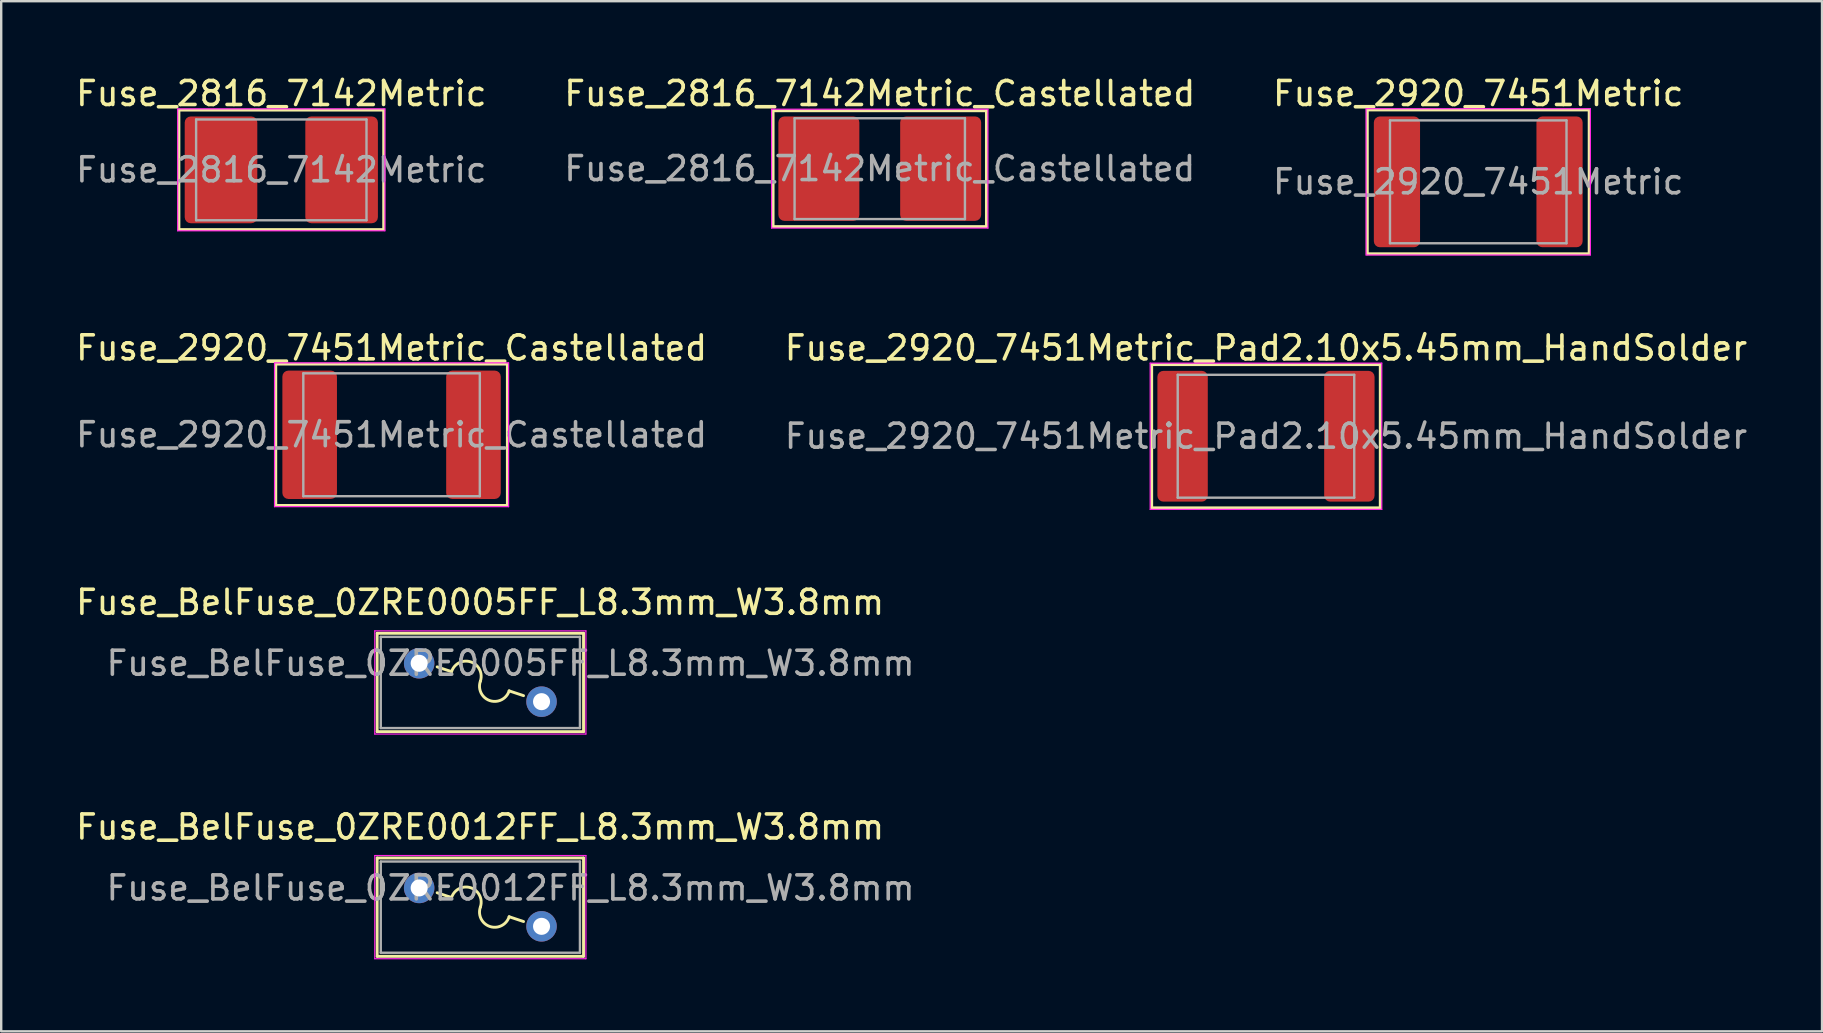
<source format=kicad_pcb>
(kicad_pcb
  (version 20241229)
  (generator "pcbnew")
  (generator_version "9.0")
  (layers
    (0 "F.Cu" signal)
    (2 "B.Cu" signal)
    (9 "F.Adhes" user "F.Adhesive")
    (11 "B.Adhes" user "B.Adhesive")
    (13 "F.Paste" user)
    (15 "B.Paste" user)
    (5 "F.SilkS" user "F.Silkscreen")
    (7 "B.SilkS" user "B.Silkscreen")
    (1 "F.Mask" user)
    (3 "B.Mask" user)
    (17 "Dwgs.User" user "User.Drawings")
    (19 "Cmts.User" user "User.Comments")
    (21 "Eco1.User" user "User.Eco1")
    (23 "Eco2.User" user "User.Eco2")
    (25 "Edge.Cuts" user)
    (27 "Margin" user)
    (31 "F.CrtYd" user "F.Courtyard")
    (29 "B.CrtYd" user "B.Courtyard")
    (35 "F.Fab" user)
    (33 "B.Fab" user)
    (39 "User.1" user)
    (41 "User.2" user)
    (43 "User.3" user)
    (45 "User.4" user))
  (footprint "Fuse_2920_7451Metric_Pad2.10x5.45mm_HandSolder"
    (layer "F.Cu")
    (at 49.708 15.13)
    (property "Reference" "Fuse_2920_7451Metric_Pad2.10x5.45mm_HandSolder" (at 0 -3.68 0) (layer "F.SilkS") (effects (font (size 1 1) (thickness 0.15))))
    (attr smd)
    (fp_line (start -4.763 -2.985) (end 4.763 -2.985) (stroke (width 0.12) (type solid)) (layer "F.SilkS"))
    (fp_line (start -4.763 2.985) (end -4.763 -2.985) (stroke (width 0.12) (type solid)) (layer "F.SilkS"))
    (fp_line (start 4.763 -2.985) (end 4.763 2.985) (stroke (width 0.12) (type solid)) (layer "F.SilkS"))
    (fp_line (start 4.763 2.985) (end -4.763 2.985) (stroke (width 0.12) (type solid)) (layer "F.SilkS"))
    (fp_line (start -4.826 -3.048) (end 4.826 -3.048) (stroke (width 0.05) (type solid)) (layer "F.CrtYd"))
    (fp_line (start -4.826 3.048) (end -4.826 -3.048) (stroke (width 0.05) (type solid)) (layer "F.CrtYd"))
    (fp_line (start 4.826 -3.048) (end 4.826 3.048) (stroke (width 0.05) (type solid)) (layer "F.CrtYd"))
    (fp_line (start 4.826 3.048) (end -4.826 3.048) (stroke (width 0.05) (type solid)) (layer "F.CrtYd"))
    (fp_line (start -3.678 -2.56) (end 3.678 -2.56) (stroke (width 0.1) (type solid)) (layer "F.Fab"))
    (fp_line (start -3.678 2.56) (end -3.678 -2.56) (stroke (width 0.1) (type solid)) (layer "F.Fab"))
    (fp_line (start 3.678 -2.56) (end 3.678 2.56) (stroke (width 0.1) (type solid)) (layer "F.Fab"))
    (fp_line (start 3.678 2.56) (end -3.678 2.56) (stroke (width 0.1) (type solid)) (layer "F.Fab"))
    (fp_text user "${REFERENCE}" (at 0 0 0) (layer "F.Fab") (effects (font (size 1 1) (thickness 0.15))))
    (pad "1" smd roundrect (at -3.475 0) (size 2.1 5.45) (layers "F.Cu" "F.Mask" "F.Paste") (roundrect_rratio 0.119))
    (pad "2" smd roundrect (at 3.475 0) (size 2.1 5.45) (layers "F.Cu" "F.Mask" "F.Paste") (roundrect_rratio 0.119)))
  (footprint "Fuse_BelFuse_0ZRE0005FF_L8.3mm_W3.8mm"
    (layer "F.Cu")
    (at 14.418 24.591)
    (property "Reference" "Fuse_BelFuse_0ZRE0005FF_L8.3mm_W3.8mm" (at 2.54 -2.54 0) (layer "F.SilkS") (effects (font (size 1 1) (thickness 0.15))))
    (fp_line (start -1.75 -1.25) (end -1.75 2.85) (stroke (width 0.12) (type solid)) (layer "F.SilkS"))
    (fp_line (start -1.75 -1.25) (end 6.85 -1.25) (stroke (width 0.12) (type solid)) (layer "F.SilkS"))
    (fp_line (start -1.75 2.85) (end 6.85 2.85) (stroke (width 0.12) (type solid)) (layer "F.SilkS"))
    (fp_line (start 0.75 0.15) (end 1.35 0.35) (stroke (width 0.12) (type solid)) (layer "F.SilkS"))
    (fp_line (start 3.75 1.15) (end 4.35 1.35) (stroke (width 0.12) (type solid)) (layer "F.SilkS"))
    (fp_line (start 6.85 -1.25) (end 6.85 2.85) (stroke (width 0.12) (type solid)) (layer "F.SilkS"))
    (fp_arc (start 1.350003 0.350002) (mid 2.150001 -0.049998) (end 2.550001 0.75) (stroke (width 0.12) (type solid)) (layer "F.SilkS"))
    (fp_arc (start 3.749999 1.149998) (mid 2.950001 1.549998) (end 2.550001 0.75) (stroke (width 0.12) (type solid)) (layer "F.SilkS"))
    (fp_line (start -1.85 -1.35) (end -1.85 2.95) (stroke (width 0.05) (type solid)) (layer "F.CrtYd"))
    (fp_line (start -1.85 -1.35) (end 6.95 -1.35) (stroke (width 0.05) (type solid)) (layer "F.CrtYd"))
    (fp_line (start -1.85 2.95) (end 6.95 2.95) (stroke (width 0.05) (type solid)) (layer "F.CrtYd"))
    (fp_line (start 6.95 -1.35) (end 6.95 2.95) (stroke (width 0.05) (type solid)) (layer "F.CrtYd"))
    (fp_line (start -1.6 -1.1) (end -1.6 2.7) (stroke (width 0.1) (type solid)) (layer "F.Fab"))
    (fp_line (start -1.6 -1.1) (end 6.7 -1.1) (stroke (width 0.1) (type solid)) (layer "F.Fab"))
    (fp_line (start -1.6 2.7) (end 6.7 2.7) (stroke (width 0.1) (type solid)) (layer "F.Fab"))
    (fp_line (start 6.7 -1.1) (end 6.7 2.7) (stroke (width 0.1) (type solid)) (layer "F.Fab"))
    (fp_text user "${REFERENCE}" (at 3.81 0 0) (layer "F.Fab") (effects (font (size 1 1) (thickness 0.15))))
    (pad "1" thru_hole circle (at 0 0) (size 1.27 1.27) (drill 0.71) (layers "*.Cu" "*.Mask"))
    (pad "2" thru_hole circle (at 5.1 1.6) (size 1.27 1.27) (drill 0.71) (layers "*.Cu" "*.Mask")))
  (footprint "Fuse_BelFuse_0ZRE0012FF_L8.3mm_W3.8mm"
    (layer "F.Cu")
    (at 14.418 33.954)
    (property "Reference" "Fuse_BelFuse_0ZRE0012FF_L8.3mm_W3.8mm" (at 2.54 -2.54 0) (layer "F.SilkS") (effects (font (size 1 1) (thickness 0.15))))
    (fp_line (start -1.75 -1.25) (end -1.75 2.85) (stroke (width 0.12) (type solid)) (layer "F.SilkS"))
    (fp_line (start -1.75 -1.25) (end 6.85 -1.25) (stroke (width 0.12) (type solid)) (layer "F.SilkS"))
    (fp_line (start -1.75 2.85) (end 6.85 2.85) (stroke (width 0.12) (type solid)) (layer "F.SilkS"))
    (fp_line (start 0.75 0.2) (end 1.35 0.4) (stroke (width 0.12) (type solid)) (layer "F.SilkS"))
    (fp_line (start 3.75 1.2) (end 4.35 1.4) (stroke (width 0.12) (type solid)) (layer "F.SilkS"))
    (fp_line (start 6.85 -1.25) (end 6.85 2.85) (stroke (width 0.12) (type solid)) (layer "F.SilkS"))
    (fp_arc (start 1.350003 0.400002) (mid 2.150001 0.000002) (end 2.550001 0.8) (stroke (width 0.12) (type solid)) (layer "F.SilkS"))
    (fp_arc (start 3.749999 1.199998) (mid 2.950001 1.599998) (end 2.550001 0.8) (stroke (width 0.12) (type solid)) (layer "F.SilkS"))
    (fp_line (start -1.85 -1.35) (end -1.85 2.95) (stroke (width 0.05) (type solid)) (layer "F.CrtYd"))
    (fp_line (start -1.85 -1.35) (end 6.95 -1.35) (stroke (width 0.05) (type solid)) (layer "F.CrtYd"))
    (fp_line (start -1.85 2.95) (end 6.95 2.95) (stroke (width 0.05) (type solid)) (layer "F.CrtYd"))
    (fp_line (start 6.95 -1.35) (end 6.95 2.95) (stroke (width 0.05) (type solid)) (layer "F.CrtYd"))
    (fp_line (start -1.6 -1.1) (end -1.6 2.7) (stroke (width 0.1) (type solid)) (layer "F.Fab"))
    (fp_line (start -1.6 -1.1) (end 6.7 -1.1) (stroke (width 0.1) (type solid)) (layer "F.Fab"))
    (fp_line (start -1.6 2.7) (end 6.7 2.7) (stroke (width 0.1) (type solid)) (layer "F.Fab"))
    (fp_line (start 6.7 -1.1) (end 6.7 2.7) (stroke (width 0.1) (type solid)) (layer "F.Fab"))
    (fp_text user "${REFERENCE}" (at 3.81 0 0) (layer "F.Fab") (effects (font (size 1 1) (thickness 0.15))))
    (pad "1" thru_hole circle (at 0 0) (size 1.27 1.27) (drill 0.71) (layers "*.Cu" "*.Mask"))
    (pad "2" thru_hole circle (at 5.1 1.6) (size 1.27 1.27) (drill 0.71) (layers "*.Cu" "*.Mask")))
  (footprint "Fuse_2920_7451Metric_Castellated"
    (layer "F.Cu")
    (at 13.268 15.069)
    (property "Reference" "Fuse_2920_7451Metric_Castellated" (at 0 -3.62 0) (layer "F.SilkS") (effects (font (size 1 1) (thickness 0.15))))
    (attr smd)
    (fp_line (start -4.826 -2.946) (end 4.826 -2.946) (stroke (width 0.12) (type solid)) (layer "F.SilkS"))
    (fp_line (start -4.826 2.946) (end -4.826 -2.946) (stroke (width 0.12) (type solid)) (layer "F.SilkS"))
    (fp_line (start 4.826 -2.946) (end 4.826 2.946) (stroke (width 0.12) (type solid)) (layer "F.SilkS"))
    (fp_line (start 4.826 2.946) (end -4.826 2.946) (stroke (width 0.12) (type solid)) (layer "F.SilkS"))
    (fp_line (start -4.877 -2.997) (end 4.877 -2.997) (stroke (width 0.05) (type solid)) (layer "F.CrtYd"))
    (fp_line (start -4.877 2.997) (end -4.877 -2.997) (stroke (width 0.05) (type solid)) (layer "F.CrtYd"))
    (fp_line (start 4.877 -2.997) (end 4.877 2.997) (stroke (width 0.05) (type solid)) (layer "F.CrtYd"))
    (fp_line (start 4.877 2.997) (end -4.877 2.997) (stroke (width 0.05) (type solid)) (layer "F.CrtYd"))
    (fp_line (start -3.678 -2.56) (end 3.678 -2.56) (stroke (width 0.1) (type solid)) (layer "F.Fab"))
    (fp_line (start -3.678 2.56) (end -3.678 -2.56) (stroke (width 0.1) (type solid)) (layer "F.Fab"))
    (fp_line (start 3.678 -2.56) (end 3.678 2.56) (stroke (width 0.1) (type solid)) (layer "F.Fab"))
    (fp_line (start 3.678 2.56) (end -3.678 2.56) (stroke (width 0.1) (type solid)) (layer "F.Fab"))
    (fp_text user "${REFERENCE}" (at 0 0 0) (layer "F.Fab") (effects (font (size 1 1) (thickness 0.15))))
    (pad "1" smd roundrect (at -3.413 0) (size 2.275 5.35) (layers "F.Cu" "F.Mask" "F.Paste") (roundrect_rratio 0.11))
    (pad "2" smd roundrect (at 3.413 0) (size 2.275 5.35) (layers "F.Cu" "F.Mask" "F.Paste") (roundrect_rratio 0.11)))
  (footprint "Fuse_2920_7451Metric"
    (layer "F.Cu")
    (at 58.554 4.528)
    (property "Reference" "Fuse_2920_7451Metric" (at 0 -3.68 0) (layer "F.SilkS") (effects (font (size 1 1) (thickness 0.15))))
    (attr smd)
    (fp_line (start -4.623 -2.997) (end 4.623 -2.997) (stroke (width 0.12) (type solid)) (layer "F.SilkS"))
    (fp_line (start -4.623 2.997) (end -4.623 -2.997) (stroke (width 0.12) (type solid)) (layer "F.SilkS"))
    (fp_line (start 4.623 -2.997) (end 4.623 2.997) (stroke (width 0.12) (type solid)) (layer "F.SilkS"))
    (fp_line (start 4.623 2.997) (end -4.623 2.997) (stroke (width 0.12) (type solid)) (layer "F.SilkS"))
    (fp_line (start -4.674 -3.048) (end 4.674 -3.048) (stroke (width 0.05) (type solid)) (layer "F.CrtYd"))
    (fp_line (start -4.674 3.048) (end -4.674 -3.048) (stroke (width 0.05) (type solid)) (layer "F.CrtYd"))
    (fp_line (start 4.674 -3.048) (end 4.674 3.048) (stroke (width 0.05) (type solid)) (layer "F.CrtYd"))
    (fp_line (start 4.674 3.048) (end -4.674 3.048) (stroke (width 0.05) (type solid)) (layer "F.CrtYd"))
    (fp_line (start -3.678 -2.56) (end 3.678 -2.56) (stroke (width 0.1) (type solid)) (layer "F.Fab"))
    (fp_line (start -3.678 2.56) (end -3.678 -2.56) (stroke (width 0.1) (type solid)) (layer "F.Fab"))
    (fp_line (start 3.678 -2.56) (end 3.678 2.56) (stroke (width 0.1) (type solid)) (layer "F.Fab"))
    (fp_line (start 3.678 2.56) (end -3.678 2.56) (stroke (width 0.1) (type solid)) (layer "F.Fab"))
    (fp_text user "${REFERENCE}" (at 0 0 0) (layer "F.Fab") (effects (font (size 1 1) (thickness 0.15))))
    (pad "1" smd roundrect (at -3.388 0) (size 1.925 5.45) (layers "F.Cu" "F.Mask" "F.Paste") (roundrect_rratio 0.13))
    (pad "2" smd roundrect (at 3.388 0) (size 1.925 5.45) (layers "F.Cu" "F.Mask" "F.Paste") (roundrect_rratio 0.13)))
  (footprint "Fuse_2816_7142Metric"
    (layer "F.Cu")
    (at 8.673 4.028)
    (property "Reference" "Fuse_2816_7142Metric" (at 0 -3.18 0) (layer "F.SilkS") (effects (font (size 1 1) (thickness 0.15))))
    (attr smd)
    (fp_line (start -4.267 -2.489) (end 4.267 -2.489) (stroke (width 0.12) (type solid)) (layer "F.SilkS"))
    (fp_line (start -4.267 2.489) (end -4.267 -2.489) (stroke (width 0.12) (type solid)) (layer "F.SilkS"))
    (fp_line (start 4.267 -2.489) (end 4.267 2.489) (stroke (width 0.12) (type solid)) (layer "F.SilkS"))
    (fp_line (start 4.267 2.489) (end -4.267 2.489) (stroke (width 0.12) (type solid)) (layer "F.SilkS"))
    (fp_line (start -4.318 -2.54) (end 4.318 -2.54) (stroke (width 0.05) (type solid)) (layer "F.CrtYd"))
    (fp_line (start -4.318 2.54) (end -4.318 -2.54) (stroke (width 0.05) (type solid)) (layer "F.CrtYd"))
    (fp_line (start 4.318 -2.54) (end 4.318 2.54) (stroke (width 0.05) (type solid)) (layer "F.CrtYd"))
    (fp_line (start 4.318 2.54) (end -4.318 2.54) (stroke (width 0.05) (type solid)) (layer "F.CrtYd"))
    (fp_line (start -3.55 -2.1) (end 3.55 -2.1) (stroke (width 0.1) (type solid)) (layer "F.Fab"))
    (fp_line (start -3.55 2.1) (end -3.55 -2.1) (stroke (width 0.1) (type solid)) (layer "F.Fab"))
    (fp_line (start 3.55 -2.1) (end 3.55 2.1) (stroke (width 0.1) (type solid)) (layer "F.Fab"))
    (fp_line (start 3.55 2.1) (end -3.55 2.1) (stroke (width 0.1) (type solid)) (layer "F.Fab"))
    (fp_text user "${REFERENCE}" (at 0 0 0) (layer "F.Fab") (effects (font (size 1 1) (thickness 0.15))))
    (pad "1" smd roundrect (at -2.513 0) (size 3.025 4.45) (layers "F.Cu" "F.Mask" "F.Paste") (roundrect_rratio 0.083))
    (pad "2" smd roundrect (at 2.513 0) (size 3.025 4.45) (layers "F.Cu" "F.Mask" "F.Paste") (roundrect_rratio 0.083)))
  (footprint "Fuse_2816_7142Metric_Castellated"
    (layer "F.Cu")
    (at 33.613 3.978)
    (property "Reference" "Fuse_2816_7142Metric_Castellated" (at 0 -3.13 0) (layer "F.SilkS") (effects (font (size 1 1) (thickness 0.15))))
    (attr smd)
    (fp_line (start -4.445 -2.413) (end 4.445 -2.413) (stroke (width 0.12) (type solid)) (layer "F.SilkS"))
    (fp_line (start -4.445 2.413) (end -4.445 -2.413) (stroke (width 0.12) (type solid)) (layer "F.SilkS"))
    (fp_line (start 4.445 -2.413) (end 4.445 2.413) (stroke (width 0.12) (type solid)) (layer "F.SilkS"))
    (fp_line (start 4.445 2.413) (end -4.445 2.413) (stroke (width 0.12) (type solid)) (layer "F.SilkS"))
    (fp_line (start -4.508 -2.477) (end 4.508 -2.477) (stroke (width 0.05) (type solid)) (layer "F.CrtYd"))
    (fp_line (start -4.508 2.477) (end -4.508 -2.477) (stroke (width 0.05) (type solid)) (layer "F.CrtYd"))
    (fp_line (start 4.508 -2.477) (end 4.508 2.477) (stroke (width 0.05) (type solid)) (layer "F.CrtYd"))
    (fp_line (start 4.508 2.477) (end -4.508 2.477) (stroke (width 0.05) (type solid)) (layer "F.CrtYd"))
    (fp_line (start -3.55 -2.1) (end 3.55 -2.1) (stroke (width 0.1) (type solid)) (layer "F.Fab"))
    (fp_line (start -3.55 2.1) (end -3.55 -2.1) (stroke (width 0.1) (type solid)) (layer "F.Fab"))
    (fp_line (start 3.55 -2.1) (end 3.55 2.1) (stroke (width 0.1) (type solid)) (layer "F.Fab"))
    (fp_line (start 3.55 2.1) (end -3.55 2.1) (stroke (width 0.1) (type solid)) (layer "F.Fab"))
    (fp_text user "${REFERENCE}" (at 0 0 0) (layer "F.Fab") (effects (font (size 1 1) (thickness 0.15))))
    (pad "1" smd roundrect (at -2.538 0) (size 3.375 4.35) (layers "F.Cu" "F.Mask" "F.Paste") (roundrect_rratio 0.074))
    (pad "2" smd roundrect (at 2.538 0) (size 3.375 4.35) (layers "F.Cu" "F.Mask" "F.Paste") (roundrect_rratio 0.074)))
  (gr_rect
    (start -3 -3)
    (end 72.881 39.929)
    (stroke (width 0.1) (type default))
    (fill no)
    (layer "Edge.Cuts")))
</source>
